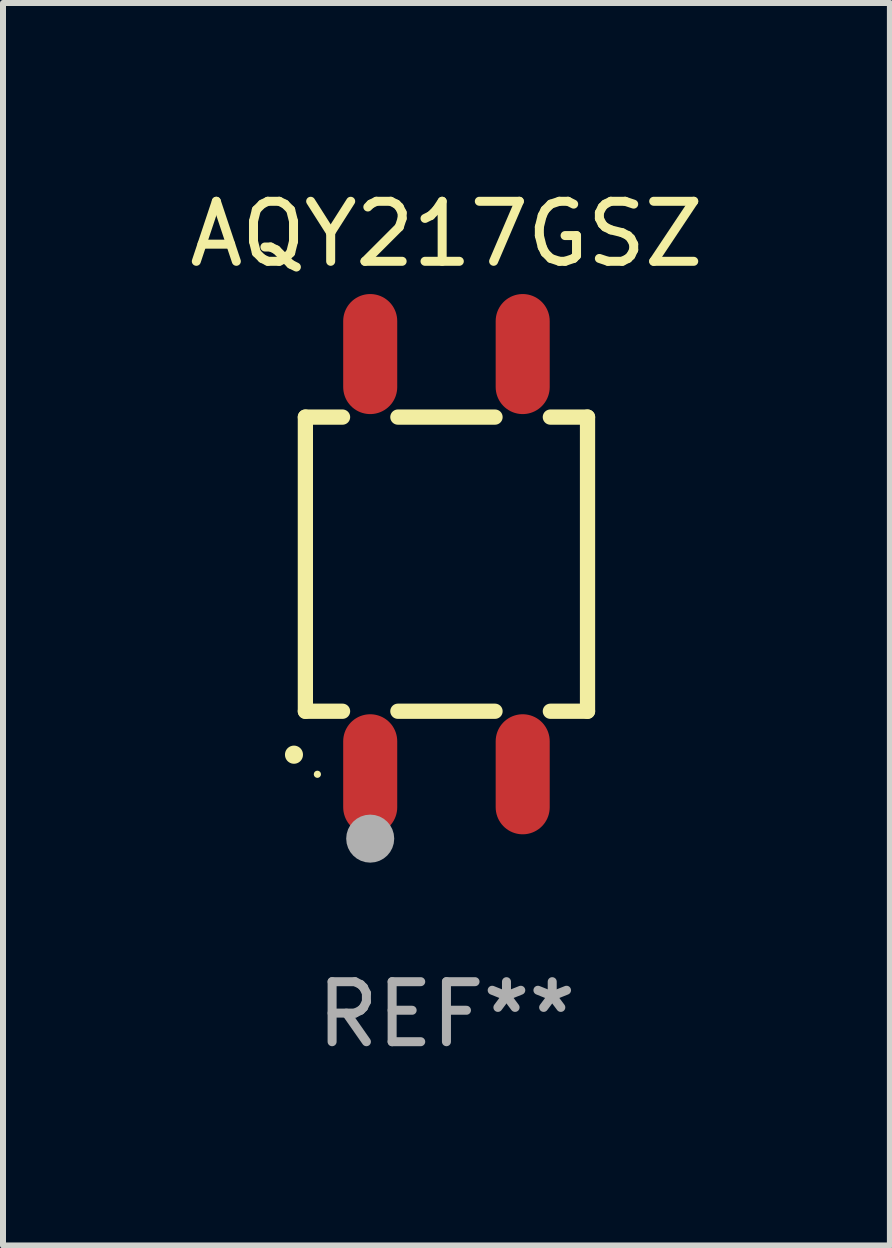
<source format=kicad_pcb>
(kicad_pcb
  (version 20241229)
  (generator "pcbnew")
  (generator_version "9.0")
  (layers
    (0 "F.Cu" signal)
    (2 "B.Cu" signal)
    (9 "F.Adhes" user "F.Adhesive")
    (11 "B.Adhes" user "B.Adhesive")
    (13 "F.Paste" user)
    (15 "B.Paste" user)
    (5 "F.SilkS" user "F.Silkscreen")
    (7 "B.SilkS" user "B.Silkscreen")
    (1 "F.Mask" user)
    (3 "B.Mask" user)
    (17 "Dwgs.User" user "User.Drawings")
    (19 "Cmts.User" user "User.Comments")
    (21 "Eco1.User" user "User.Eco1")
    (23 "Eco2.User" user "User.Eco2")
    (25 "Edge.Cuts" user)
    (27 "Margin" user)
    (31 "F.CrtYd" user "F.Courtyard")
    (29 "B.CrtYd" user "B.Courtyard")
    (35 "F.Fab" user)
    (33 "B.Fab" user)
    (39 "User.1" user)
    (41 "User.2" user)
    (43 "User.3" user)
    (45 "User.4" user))
  (footprint "AQY217GSZ"
    (layer "F.Cu")
    (at 4.387 6.348)
    (property "Reference" "AQY217GSZ" (at 0 -5.5 0) (layer "F.SilkS") (effects (font (size 1 1) (thickness 0.15))))
    (attr through_hole)
    (fp_line (start -2.35 -2.45) (end -2.35 2.45) (stroke (width 0.254) (type solid)) (layer "F.SilkS"))
    (fp_line (start -2.35 -2.45) (end -1.731 -2.45) (stroke (width 0.254) (type solid)) (layer "F.SilkS"))
    (fp_line (start -2.35 2.45) (end -1.731 2.45) (stroke (width 0.254) (type solid)) (layer "F.SilkS"))
    (fp_line (start -0.809 -2.45) (end 0.809 -2.45) (stroke (width 0.254) (type solid)) (layer "F.SilkS"))
    (fp_line (start -0.809 2.45) (end 0.809 2.45) (stroke (width 0.254) (type solid)) (layer "F.SilkS"))
    (fp_line (start 1.731 -2.45) (end 2.35 -2.45) (stroke (width 0.254) (type solid)) (layer "F.SilkS"))
    (fp_line (start 1.731 2.45) (end 2.35 2.45) (stroke (width 0.254) (type solid)) (layer "F.SilkS"))
    (fp_line (start 2.35 -2.45) (end 2.35 2.45) (stroke (width 0.254) (type solid)) (layer "F.SilkS"))
    (fp_arc (start -2.540005 3.174879) (mid -2.54001 3.173609) (end -2.540005 3.172339) (stroke (width 0.3) (type solid)) (layer "F.SilkS"))
    (fp_circle (center -2.15 3.5) (end -2.12 3.5) (stroke (width 0.06) (type solid)) (fill no) (layer "F.SilkS"))
    (fp_circle (center -1.27 4.572) (end -1.07 4.572) (stroke (width 0.4) (type solid)) (fill no) (layer "F.Fab"))
    (fp_text user "REF**" (at 0 7.5 0) (layer "F.Fab") (effects (font (size 1 1) (thickness 0.15))))
    (pad "1" smd oval (at -1.27 3.5 180) (size 0.9 2) (layers "F.Cu" "F.Mask" "F.Paste"))
    (pad "2" smd oval (at 1.27 3.5 180) (size 0.9 2) (layers "F.Cu" "F.Mask" "F.Paste"))
    (pad "3" smd oval (at 1.27 -3.5 180) (size 0.9 2) (layers "F.Cu" "F.Mask" "F.Paste"))
    (pad "4" smd oval (at -1.27 -3.5 180) (size 0.9 2) (layers "F.Cu" "F.Mask" "F.Paste")))
  (gr_rect
    (start -3 -3)
    (end 11.774 17.697)
    (stroke (width 0.1) (type default))
    (fill no)
    (layer "Edge.Cuts")))
</source>
